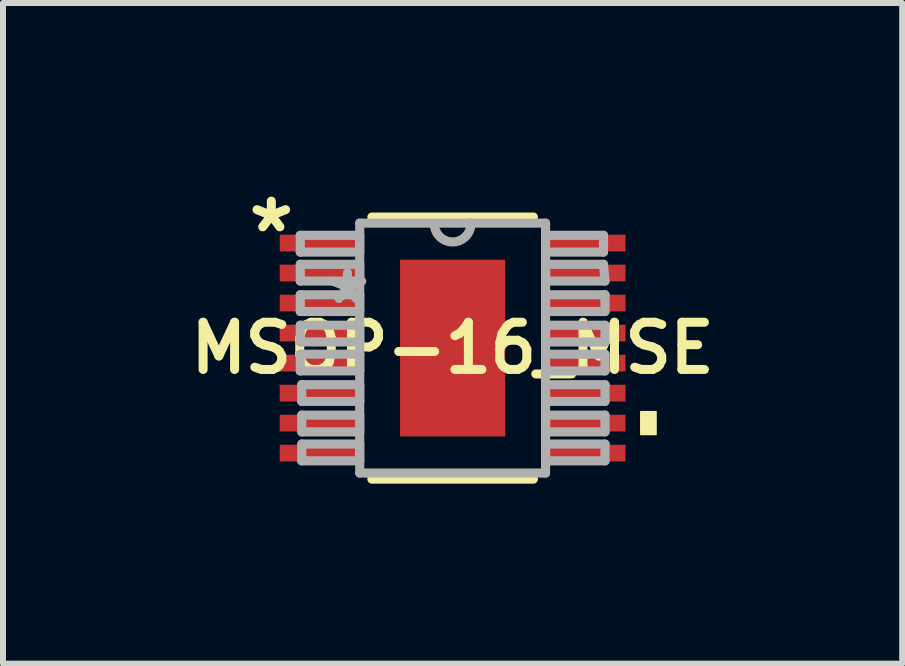
<source format=kicad_pcb>
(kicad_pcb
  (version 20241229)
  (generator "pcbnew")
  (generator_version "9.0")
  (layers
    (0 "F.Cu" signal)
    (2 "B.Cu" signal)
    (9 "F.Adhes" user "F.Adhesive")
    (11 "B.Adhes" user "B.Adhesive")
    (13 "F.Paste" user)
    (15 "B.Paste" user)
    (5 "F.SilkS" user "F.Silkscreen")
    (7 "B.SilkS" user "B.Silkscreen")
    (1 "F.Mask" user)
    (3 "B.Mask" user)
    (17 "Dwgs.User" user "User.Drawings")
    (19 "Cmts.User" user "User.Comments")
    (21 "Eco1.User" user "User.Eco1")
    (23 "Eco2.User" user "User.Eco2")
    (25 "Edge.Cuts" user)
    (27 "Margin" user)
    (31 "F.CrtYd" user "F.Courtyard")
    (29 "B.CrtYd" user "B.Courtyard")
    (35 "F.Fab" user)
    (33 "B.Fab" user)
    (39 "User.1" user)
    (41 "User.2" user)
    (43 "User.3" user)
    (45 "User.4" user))
  (footprint "MSOP-16_MSE"
    (layer "F.Cu")
    (at 4.496 2.753)
    (property "Reference" "MSOP-16_MSE" (at 0 0 0) (layer "F.SilkS") (effects (font (size 0.787 0.787) (thickness 0.15))))
    (attr through_hole)
    (fp_line (start -1.346 2.184) (end 1.346 2.184) (stroke (width 0.152) (type solid)) (layer "F.SilkS"))
    (fp_line (start 1.346 -2.184) (end -1.346 -2.184) (stroke (width 0.152) (type solid)) (layer "F.SilkS"))
    (fp_poly (pts (xy 3.391 1.06) (xy 3.391 1.441) (xy 3.137 1.441) (xy 3.137 1.06)) (stroke (width 0.025) (type solid)) (fill yes) (layer "F.SilkS"))
    (fp_poly (pts (xy -0.776 -1.373) (xy -0.776 -0.1) (xy 0.776 -0.1) (xy 0.776 -1.373)) (stroke (width 0.025) (type solid)) (fill yes) (layer "F.Paste"))
    (fp_poly (pts (xy -0.776 0.1) (xy -0.776 1.373) (xy 0.776 1.373) (xy 0.776 0.1)) (stroke (width 0.025) (type solid)) (fill yes) (layer "F.Paste"))
    (fp_line (start -2.54 -1.88) (end -2.54 -1.6) (stroke (width 0.152) (type solid)) (layer "F.Fab"))
    (fp_line (start -2.54 -1.6) (end -1.549 -1.6) (stroke (width 0.152) (type solid)) (layer "F.Fab"))
    (fp_line (start -2.54 -1.397) (end -2.54 -1.118) (stroke (width 0.152) (type solid)) (layer "F.Fab"))
    (fp_line (start -2.54 -1.118) (end -1.549 -1.118) (stroke (width 0.152) (type solid)) (layer "F.Fab"))
    (fp_line (start -2.54 -0.889) (end -2.54 -0.61) (stroke (width 0.152) (type solid)) (layer "F.Fab"))
    (fp_line (start -2.54 -0.61) (end -1.549 -0.61) (stroke (width 0.152) (type solid)) (layer "F.Fab"))
    (fp_line (start -2.54 -0.381) (end -2.54 -0.102) (stroke (width 0.152) (type solid)) (layer "F.Fab"))
    (fp_line (start -2.54 -0.102) (end -1.549 -0.102) (stroke (width 0.152) (type solid)) (layer "F.Fab"))
    (fp_line (start -2.54 0.102) (end -2.54 0.381) (stroke (width 0.152) (type solid)) (layer "F.Fab"))
    (fp_line (start -2.54 0.381) (end -1.549 0.381) (stroke (width 0.152) (type solid)) (layer "F.Fab"))
    (fp_line (start -2.515 0.61) (end -2.515 0.889) (stroke (width 0.152) (type solid)) (layer "F.Fab"))
    (fp_line (start -2.515 0.889) (end -1.549 0.889) (stroke (width 0.152) (type solid)) (layer "F.Fab"))
    (fp_line (start -2.515 1.118) (end -2.515 1.397) (stroke (width 0.152) (type solid)) (layer "F.Fab"))
    (fp_line (start -2.515 1.397) (end -1.549 1.397) (stroke (width 0.152) (type solid)) (layer "F.Fab"))
    (fp_line (start -2.515 1.6) (end -2.515 1.88) (stroke (width 0.152) (type solid)) (layer "F.Fab"))
    (fp_line (start -2.515 1.88) (end -1.549 1.88) (stroke (width 0.152) (type solid)) (layer "F.Fab"))
    (fp_line (start -1.549 -2.083) (end -1.549 2.083) (stroke (width 0.152) (type solid)) (layer "F.Fab"))
    (fp_line (start -1.549 -1.88) (end -2.54 -1.88) (stroke (width 0.152) (type solid)) (layer "F.Fab"))
    (fp_line (start -1.549 -1.6) (end -1.549 -1.88) (stroke (width 0.152) (type solid)) (layer "F.Fab"))
    (fp_line (start -1.549 -1.397) (end -2.54 -1.397) (stroke (width 0.152) (type solid)) (layer "F.Fab"))
    (fp_line (start -1.549 -1.118) (end -1.549 -1.397) (stroke (width 0.152) (type solid)) (layer "F.Fab"))
    (fp_line (start -1.549 -0.889) (end -2.54 -0.889) (stroke (width 0.152) (type solid)) (layer "F.Fab"))
    (fp_line (start -1.549 -0.61) (end -1.549 -0.889) (stroke (width 0.152) (type solid)) (layer "F.Fab"))
    (fp_line (start -1.549 -0.381) (end -2.54 -0.381) (stroke (width 0.152) (type solid)) (layer "F.Fab"))
    (fp_line (start -1.549 -0.102) (end -1.549 -0.381) (stroke (width 0.152) (type solid)) (layer "F.Fab"))
    (fp_line (start -1.549 0.102) (end -2.54 0.102) (stroke (width 0.152) (type solid)) (layer "F.Fab"))
    (fp_line (start -1.549 0.381) (end -1.549 0.102) (stroke (width 0.152) (type solid)) (layer "F.Fab"))
    (fp_line (start -1.549 0.61) (end -2.515 0.61) (stroke (width 0.152) (type solid)) (layer "F.Fab"))
    (fp_line (start -1.549 0.889) (end -1.549 0.61) (stroke (width 0.152) (type solid)) (layer "F.Fab"))
    (fp_line (start -1.549 1.118) (end -2.515 1.118) (stroke (width 0.152) (type solid)) (layer "F.Fab"))
    (fp_line (start -1.549 1.397) (end -1.549 1.118) (stroke (width 0.152) (type solid)) (layer "F.Fab"))
    (fp_line (start -1.549 1.6) (end -2.515 1.6) (stroke (width 0.152) (type solid)) (layer "F.Fab"))
    (fp_line (start -1.549 1.88) (end -1.549 1.6) (stroke (width 0.152) (type solid)) (layer "F.Fab"))
    (fp_line (start -1.549 2.083) (end 1.549 2.083) (stroke (width 0.152) (type solid)) (layer "F.Fab"))
    (fp_line (start 0.305 -2.083) (end -1.549 -2.083) (stroke (width 0.152) (type solid)) (layer "F.Fab"))
    (fp_line (start 1.549 -2.083) (end 0.305 -2.083) (stroke (width 0.152) (type solid)) (layer "F.Fab"))
    (fp_line (start 1.549 -1.88) (end 1.549 -1.6) (stroke (width 0.152) (type solid)) (layer "F.Fab"))
    (fp_line (start 1.549 -1.6) (end 2.515 -1.6) (stroke (width 0.152) (type solid)) (layer "F.Fab"))
    (fp_line (start 1.549 -1.397) (end 1.549 -1.118) (stroke (width 0.152) (type solid)) (layer "F.Fab"))
    (fp_line (start 1.549 -1.118) (end 2.54 -1.118) (stroke (width 0.152) (type solid)) (layer "F.Fab"))
    (fp_line (start 1.549 -0.889) (end 1.549 -0.61) (stroke (width 0.152) (type solid)) (layer "F.Fab"))
    (fp_line (start 1.549 -0.61) (end 2.54 -0.61) (stroke (width 0.152) (type solid)) (layer "F.Fab"))
    (fp_line (start 1.549 -0.381) (end 1.549 -0.102) (stroke (width 0.152) (type solid)) (layer "F.Fab"))
    (fp_line (start 1.549 -0.102) (end 2.54 -0.102) (stroke (width 0.152) (type solid)) (layer "F.Fab"))
    (fp_line (start 1.549 0.102) (end 1.549 0.381) (stroke (width 0.152) (type solid)) (layer "F.Fab"))
    (fp_line (start 1.549 0.381) (end 2.54 0.381) (stroke (width 0.152) (type solid)) (layer "F.Fab"))
    (fp_line (start 1.549 0.61) (end 1.549 0.889) (stroke (width 0.152) (type solid)) (layer "F.Fab"))
    (fp_line (start 1.549 0.889) (end 2.54 0.889) (stroke (width 0.152) (type solid)) (layer "F.Fab"))
    (fp_line (start 1.549 1.118) (end 1.549 1.397) (stroke (width 0.152) (type solid)) (layer "F.Fab"))
    (fp_line (start 1.549 1.397) (end 2.54 1.397) (stroke (width 0.152) (type solid)) (layer "F.Fab"))
    (fp_line (start 1.549 1.6) (end 1.549 1.88) (stroke (width 0.152) (type solid)) (layer "F.Fab"))
    (fp_line (start 1.549 1.88) (end 2.54 1.88) (stroke (width 0.152) (type solid)) (layer "F.Fab"))
    (fp_line (start 1.549 2.083) (end 1.549 -2.083) (stroke (width 0.152) (type solid)) (layer "F.Fab"))
    (fp_line (start 2.515 -1.88) (end 1.549 -1.88) (stroke (width 0.152) (type solid)) (layer "F.Fab"))
    (fp_line (start 2.515 -1.6) (end 2.515 -1.88) (stroke (width 0.152) (type solid)) (layer "F.Fab"))
    (fp_line (start 2.515 -1.397) (end 1.549 -1.397) (stroke (width 0.152) (type solid)) (layer "F.Fab"))
    (fp_line (start 2.54 -1.118) (end 2.515 -1.397) (stroke (width 0.152) (type solid)) (layer "F.Fab"))
    (fp_line (start 2.54 -0.889) (end 1.549 -0.889) (stroke (width 0.152) (type solid)) (layer "F.Fab"))
    (fp_line (start 2.54 -0.61) (end 2.54 -0.889) (stroke (width 0.152) (type solid)) (layer "F.Fab"))
    (fp_line (start 2.54 -0.381) (end 1.549 -0.381) (stroke (width 0.152) (type solid)) (layer "F.Fab"))
    (fp_line (start 2.54 -0.102) (end 2.54 -0.381) (stroke (width 0.152) (type solid)) (layer "F.Fab"))
    (fp_line (start 2.54 0.102) (end 1.549 0.102) (stroke (width 0.152) (type solid)) (layer "F.Fab"))
    (fp_line (start 2.54 0.381) (end 2.54 0.102) (stroke (width 0.152) (type solid)) (layer "F.Fab"))
    (fp_line (start 2.54 0.61) (end 1.549 0.61) (stroke (width 0.152) (type solid)) (layer "F.Fab"))
    (fp_line (start 2.54 0.889) (end 2.54 0.61) (stroke (width 0.152) (type solid)) (layer "F.Fab"))
    (fp_line (start 2.54 1.118) (end 1.549 1.118) (stroke (width 0.152) (type solid)) (layer "F.Fab"))
    (fp_line (start 2.54 1.397) (end 2.54 1.118) (stroke (width 0.152) (type solid)) (layer "F.Fab"))
    (fp_line (start 2.54 1.6) (end 1.549 1.6) (stroke (width 0.152) (type solid)) (layer "F.Fab"))
    (fp_line (start 2.54 1.88) (end 2.54 1.6) (stroke (width 0.152) (type solid)) (layer "F.Fab"))
    (fp_arc (start 0.3048 -2.0828) (mid 0.0127 -1.7653) (end -0.3048 -2.0574) (stroke (width 0.1524) (type solid)) (layer "F.Fab"))
    (fp_text user "*" (at -3.023 -1.905 0) (layer "F.SilkS") (effects (font (size 1 1) (thickness 0.15))))
    (fp_text user "*" (at -1.753 -0.711 0) (layer "F.Fab") (effects (font (size 1 1) (thickness 0.15))))
    (pad "1" smd rect (at -2.184 -1.751) (size 1.397 0.279) (layers "F.Cu" "F.Mask" "F.Paste"))
    (pad "2" smd rect (at -2.184 -1.251) (size 1.397 0.279) (layers "F.Cu" "F.Mask" "F.Paste"))
    (pad "3" smd rect (at -2.184 -0.751) (size 1.397 0.279) (layers "F.Cu" "F.Mask" "F.Paste"))
    (pad "4" smd rect (at -2.184 -0.25) (size 1.397 0.279) (layers "F.Cu" "F.Mask" "F.Paste"))
    (pad "5" smd rect (at -2.184 0.25) (size 1.397 0.279) (layers "F.Cu" "F.Mask" "F.Paste"))
    (pad "6" smd rect (at -2.184 0.751) (size 1.397 0.279) (layers "F.Cu" "F.Mask" "F.Paste"))
    (pad "7" smd rect (at -2.184 1.251) (size 1.397 0.279) (layers "F.Cu" "F.Mask" "F.Paste"))
    (pad "8" smd rect (at -2.184 1.751) (size 1.397 0.279) (layers "F.Cu" "F.Mask" "F.Paste"))
    (pad "9" smd rect (at 2.184 1.751) (size 1.397 0.279) (layers "F.Cu" "F.Mask" "F.Paste"))
    (pad "10" smd rect (at 2.184 1.251) (size 1.397 0.279) (layers "F.Cu" "F.Mask" "F.Paste"))
    (pad "11" smd rect (at 2.184 0.751) (size 1.397 0.279) (layers "F.Cu" "F.Mask" "F.Paste"))
    (pad "12" smd rect (at 2.184 0.25) (size 1.397 0.279) (layers "F.Cu" "F.Mask" "F.Paste"))
    (pad "13" smd rect (at 2.184 -0.25) (size 1.397 0.279) (layers "F.Cu" "F.Mask" "F.Paste"))
    (pad "14" smd rect (at 2.184 -0.751) (size 1.397 0.279) (layers "F.Cu" "F.Mask" "F.Paste"))
    (pad "15" smd rect (at 2.184 -1.251) (size 1.397 0.279) (layers "F.Cu" "F.Mask" "F.Paste"))
    (pad "16" smd rect (at 2.184 -1.751) (size 1.397 0.279) (layers "F.Cu" "F.Mask" "F.Paste"))
    (pad "17" smd rect (at 0 0) (size 1.753 2.946) (layers "F.Cu" "F.Mask")))
  (gr_rect
    (start -3 -3)
    (end 11.991 8.014)
    (stroke (width 0.1) (type default))
    (fill no)
    (layer "Edge.Cuts")))
</source>
